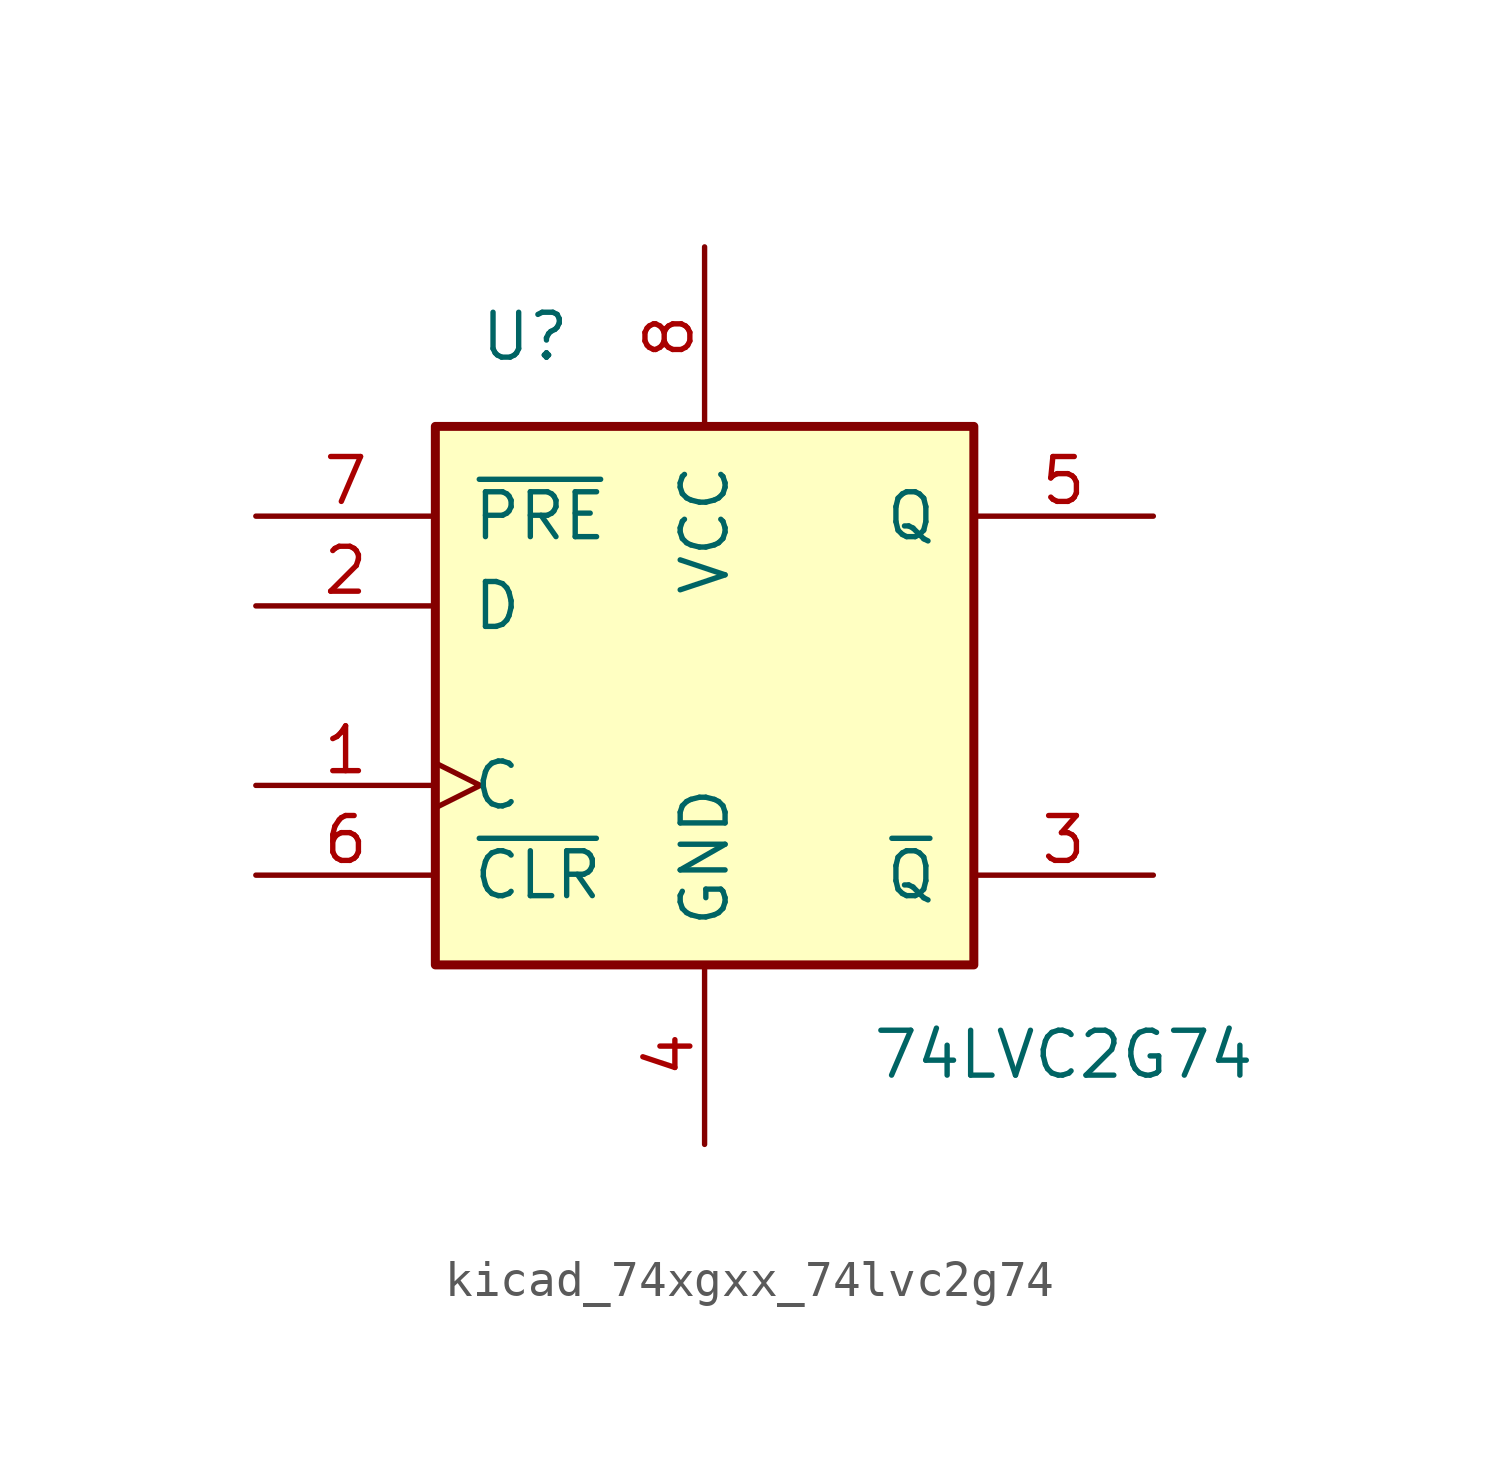
<source format=kicad_sym>
(kicad_symbol_lib
  (version 20220914)
  (generator kicad_symbol_editor)
  (symbol "kicad_74xgxx_74lvc2g74"
    (pin_names
      (offset 1.016))
    (property "Reference" "U"
      (at -5.08 10.16 0)
      (effects (font (size 1.27 1.27))))
    (property "Value" "74LVC2G74"
      (at 10.16 -10.16 0)
      (effects (font (size 1.27 1.27))))
    (symbol "kicad_74xgxx_74lvc2g74_0_1"
      (rectangle (start -7.62 7.62) (end 7.62 -7.62) (stroke (width 0.254) (type default)) (fill (type background))))
    (symbol "kicad_74xgxx_74lvc2g74_1_1"
      (pin input clock (at -12.7 -2.54 0) (length 5.08) (name "C" (effects (font (size 1.27 1.27)))) (number "1" (effects (font (size 1.27 1.27)))))
      (pin input line (at -12.7 2.54 0) (length 5.08) (name "D" (effects (font (size 1.27 1.27)))) (number "2" (effects (font (size 1.27 1.27)))))
      (pin output line (at 12.7 -5.08 180) (length 5.08) (name "~{Q}" (effects (font (size 1.27 1.27)))) (number "3" (effects (font (size 1.27 1.27)))))
      (pin power_in line (at 0 -12.7 90) (length 5.08) (name "GND" (effects (font (size 1.27 1.27)))) (number "4" (effects (font (size 1.27 1.27)))))
      (pin output line (at 12.7 5.08 180) (length 5.08) (name "Q" (effects (font (size 1.27 1.27)))) (number "5" (effects (font (size 1.27 1.27)))))
      (pin input line (at -12.7 -5.08 0) (length 5.08) (name "~{CLR}" (effects (font (size 1.27 1.27)))) (number "6" (effects (font (size 1.27 1.27)))))
      (pin input line (at -12.7 5.08 0) (length 5.08) (name "~{PRE}" (effects (font (size 1.27 1.27)))) (number "7" (effects (font (size 1.27 1.27)))))
      (pin power_in line (at 0 12.7 270) (length 5.08) (name "VCC" (effects (font (size 1.27 1.27)))) (number "8" (effects (font (size 1.27 1.27))))))))
</source>
